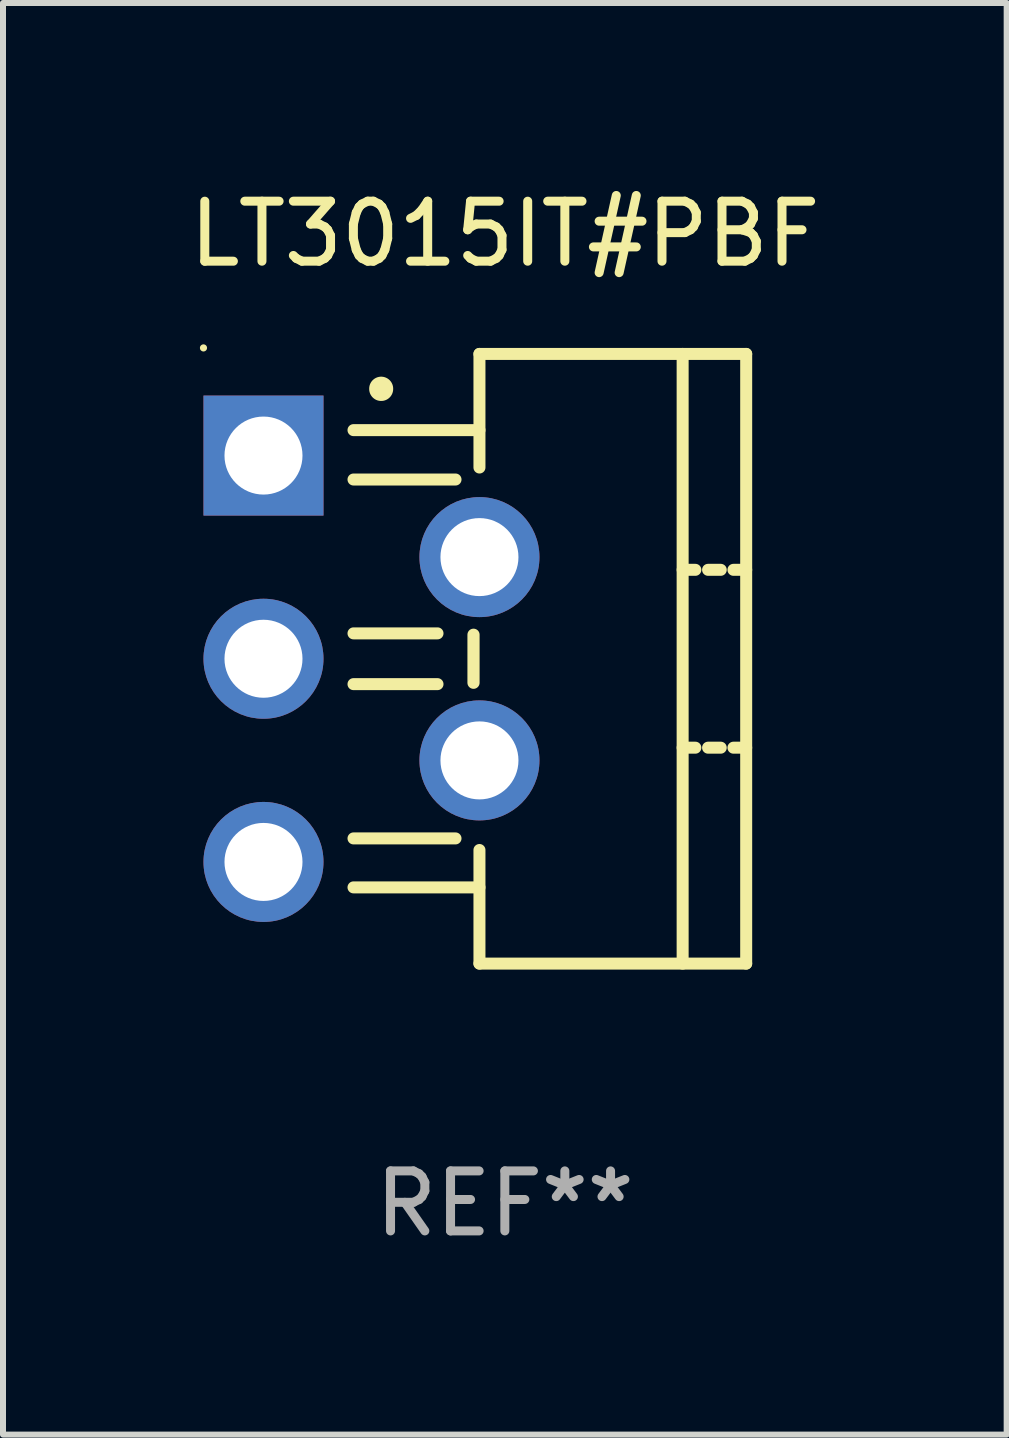
<source format=kicad_pcb>
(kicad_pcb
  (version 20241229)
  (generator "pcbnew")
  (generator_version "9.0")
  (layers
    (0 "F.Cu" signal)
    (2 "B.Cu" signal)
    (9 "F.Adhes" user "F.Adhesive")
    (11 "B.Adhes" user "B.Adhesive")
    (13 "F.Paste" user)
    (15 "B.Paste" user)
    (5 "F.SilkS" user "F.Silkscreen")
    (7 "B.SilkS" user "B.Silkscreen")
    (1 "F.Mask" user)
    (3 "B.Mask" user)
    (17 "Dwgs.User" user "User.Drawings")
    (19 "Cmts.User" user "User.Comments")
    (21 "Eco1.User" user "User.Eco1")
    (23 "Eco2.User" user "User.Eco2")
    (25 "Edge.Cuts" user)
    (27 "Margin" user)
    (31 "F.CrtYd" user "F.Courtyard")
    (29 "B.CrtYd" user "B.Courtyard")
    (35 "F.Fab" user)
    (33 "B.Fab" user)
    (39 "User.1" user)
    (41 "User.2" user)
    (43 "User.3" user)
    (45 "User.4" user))
  (footprint "LT3015IT#PBF"
    (layer "F.Cu")
    (at 5.363 7.928)
    (property "Reference" "LT3015IT#PBF" (at 0 -7.08 0) (layer "F.SilkS") (effects (font (size 1 1) (thickness 0.15))))
    (attr through_hole)
    (fp_line (start -2.522 -3.81) (end -0.423 -3.81) (stroke (width 0.2) (type solid)) (layer "F.SilkS"))
    (fp_line (start -2.522 -2.987) (end -0.822 -2.987) (stroke (width 0.2) (type solid)) (layer "F.SilkS"))
    (fp_line (start -2.522 -0.423) (end -1.122 -0.423) (stroke (width 0.2) (type solid)) (layer "F.SilkS"))
    (fp_line (start -2.522 0.423) (end -1.122 0.423) (stroke (width 0.2) (type solid)) (layer "F.SilkS"))
    (fp_line (start -2.522 2.994) (end -0.822 2.994) (stroke (width 0.2) (type solid)) (layer "F.SilkS"))
    (fp_line (start -2.522 3.81) (end -0.423 3.81) (stroke (width 0.2) (type solid)) (layer "F.SilkS"))
    (fp_line (start -0.522 0.4) (end -0.522 -0.4) (stroke (width 0.203) (type solid)) (layer "F.SilkS"))
    (fp_line (start -0.423 -5.08) (end 4.022 -5.08) (stroke (width 0.2) (type solid)) (layer "F.SilkS"))
    (fp_line (start -0.423 -3.187) (end -0.423 -5.08) (stroke (width 0.2) (type solid)) (layer "F.SilkS"))
    (fp_line (start -0.423 5.08) (end -0.423 3.187) (stroke (width 0.2) (type solid)) (layer "F.SilkS"))
    (fp_line (start 2.963 -1.482) (end 3.175 -1.482) (stroke (width 0.2) (type solid)) (layer "F.SilkS"))
    (fp_line (start 2.963 1.482) (end 3.175 1.482) (stroke (width 0.2) (type solid)) (layer "F.SilkS"))
    (fp_line (start 2.963 5.08) (end 2.963 -5.08) (stroke (width 0.2) (type solid)) (layer "F.SilkS"))
    (fp_line (start 3.387 -1.482) (end 3.598 -1.482) (stroke (width 0.2) (type solid)) (layer "F.SilkS"))
    (fp_line (start 3.387 1.482) (end 3.598 1.482) (stroke (width 0.2) (type solid)) (layer "F.SilkS"))
    (fp_line (start 3.81 -1.482) (end 4.022 -1.482) (stroke (width 0.2) (type solid)) (layer "F.SilkS"))
    (fp_line (start 3.81 1.482) (end 4.022 1.482) (stroke (width 0.2) (type solid)) (layer "F.SilkS"))
    (fp_line (start 4.022 -5.08) (end 4.022 5.08) (stroke (width 0.2) (type solid)) (layer "F.SilkS"))
    (fp_line (start 4.022 5.08) (end -0.423 5.08) (stroke (width 0.2) (type solid)) (layer "F.SilkS"))
    (fp_arc (start -2.060833 -4.495809) (mid -2.060849 -4.498349) (end -2.060833 -4.500889) (stroke (width 0.4) (type solid)) (layer "F.SilkS"))
    (fp_circle (center -5.022 -5.18) (end -4.992 -5.18) (stroke (width 0.06) (type solid)) (fill no) (layer "F.SilkS"))
    (fp_text user "REF**" (at 0 9.08 0) (layer "F.Fab") (effects (font (size 1 1) (thickness 0.15))))
    (pad "1" thru_hole rect (at -4.022 -3.386 270) (size 2 2) (drill 1.3) (layers "*.Cu" "*.Mask"))
    (pad "2" thru_hole circle (at -0.423 -1.694) (size 2 2) (drill 1.3) (layers "*.Cu" "*.Mask"))
    (pad "3" thru_hole circle (at -4.022 0) (size 2 2) (drill 1.3) (layers "*.Cu" "*.Mask"))
    (pad "4" thru_hole circle (at -0.423 1.694) (size 2 2) (drill 1.3) (layers "*.Cu" "*.Mask"))
    (pad "5" thru_hole circle (at -4.022 3.386) (size 2 2) (drill 1.3) (layers "*.Cu" "*.Mask")))
  (gr_rect
    (start -3 -3)
    (end 13.726 20.857)
    (stroke (width 0.1) (type default))
    (fill no)
    (layer "Edge.Cuts")))
</source>
